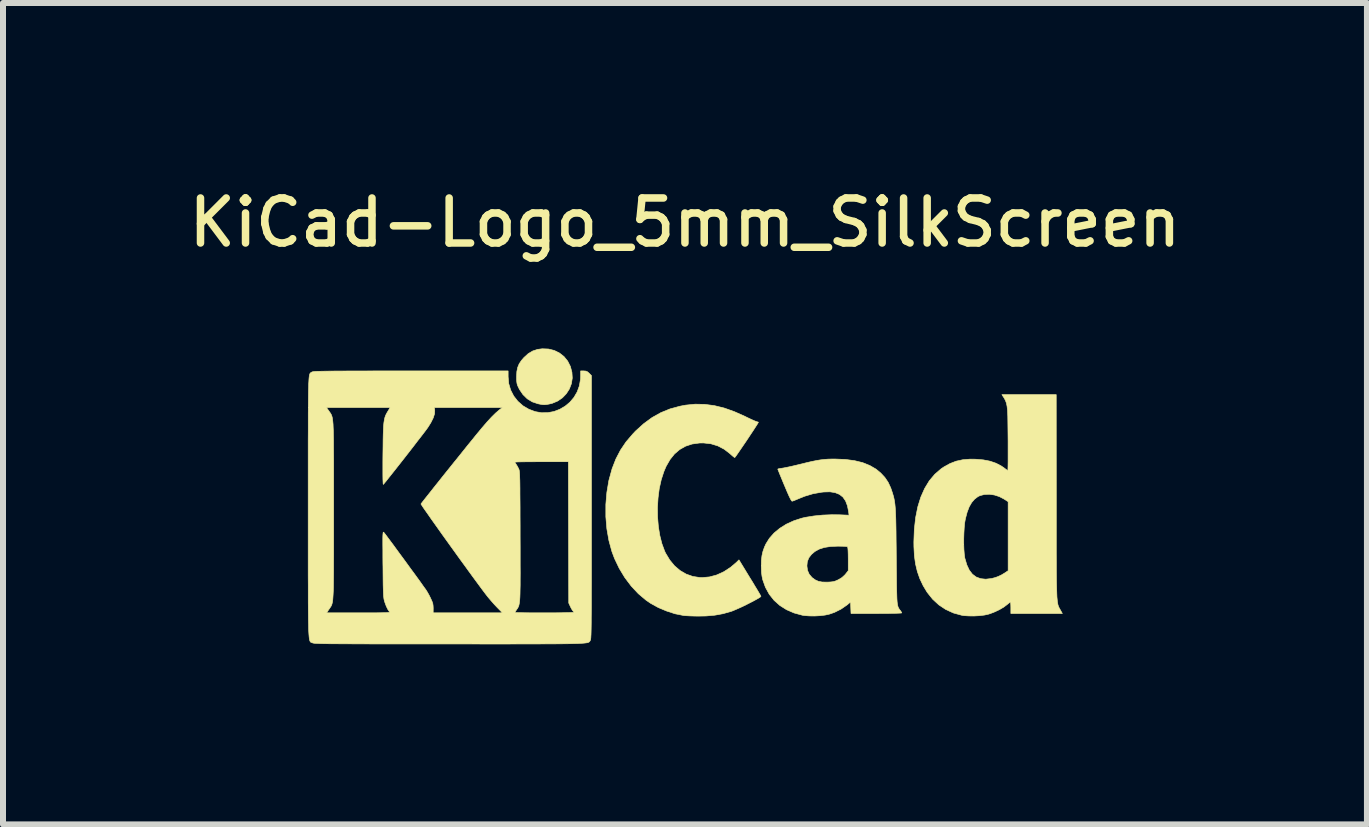
<source format=kicad_pcb>
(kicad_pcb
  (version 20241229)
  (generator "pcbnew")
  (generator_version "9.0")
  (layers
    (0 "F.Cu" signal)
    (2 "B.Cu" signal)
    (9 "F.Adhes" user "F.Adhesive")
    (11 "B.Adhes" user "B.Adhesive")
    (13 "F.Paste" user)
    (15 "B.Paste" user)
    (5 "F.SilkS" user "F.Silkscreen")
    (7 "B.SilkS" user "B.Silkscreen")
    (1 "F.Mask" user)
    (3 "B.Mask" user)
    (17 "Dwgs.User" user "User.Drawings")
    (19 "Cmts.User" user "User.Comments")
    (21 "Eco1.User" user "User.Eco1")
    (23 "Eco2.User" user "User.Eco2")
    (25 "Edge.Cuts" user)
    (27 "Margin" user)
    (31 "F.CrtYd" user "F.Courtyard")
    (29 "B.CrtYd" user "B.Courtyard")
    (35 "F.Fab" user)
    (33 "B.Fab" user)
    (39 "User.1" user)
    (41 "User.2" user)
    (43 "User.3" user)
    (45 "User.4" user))
  (footprint "KiCad-Logo_5mm_SilkScreen"
    (layer "F.Cu")
    (at 8.362 5.738)
    (property "Reference" "KiCad-Logo_5mm_SilkScreen" (at 0 -5.08 0) (layer "F.SilkS") (effects (font (size 0.75 0.75) (thickness 0.125))))
    (attr exclude_from_pos_files exclude_from_bom allow_missing_courtyard)
    (fp_poly (pts (xy -2.273 -2.973) (xy -2.177 -2.949) (xy -2.09 -2.906) (xy -2.015 -2.847) (xy -1.954 -2.772) (xy -1.909 -2.683) (xy -1.883 -2.586) (xy -1.877 -2.489) (xy -1.892 -2.395) (xy -1.926 -2.307) (xy -1.977 -2.228) (xy -2.042 -2.16) (xy -2.121 -2.106) (xy -2.212 -2.068) (xy -2.263 -2.056) (xy -2.308 -2.048) (xy -2.342 -2.045) (xy -2.375 -2.047) (xy -2.415 -2.054) (xy -2.449 -2.061) (xy -2.542 -2.092) (xy -2.626 -2.143) (xy -2.698 -2.213) (xy -2.756 -2.298) (xy -2.77 -2.326) (xy -2.787 -2.362) (xy -2.797 -2.392) (xy -2.802 -2.425) (xy -2.805 -2.466) (xy -2.805 -2.512) (xy -2.801 -2.596) (xy -2.787 -2.665) (xy -2.762 -2.726) (xy -2.723 -2.784) (xy -2.684 -2.829) (xy -2.612 -2.895) (xy -2.537 -2.94) (xy -2.455 -2.967) (xy -2.377 -2.977) (xy -2.273 -2.973)) (stroke (width 0.01) (type solid)) (fill yes) (layer "F.SilkS"))
    (fp_poly (pts (xy 0.328 -2.051) (xy 0.489 -2.03) (xy 0.653 -1.99) (xy 0.822 -1.93) (xy 1 -1.851) (xy 1.011 -1.845) (xy 1.069 -1.817) (xy 1.121 -1.793) (xy 1.162 -1.775) (xy 1.19 -1.764) (xy 1.2 -1.761) (xy 1.219 -1.756) (xy 1.224 -1.752) (xy 1.218 -1.741) (xy 1.202 -1.715) (xy 1.177 -1.676) (xy 1.145 -1.626) (xy 1.107 -1.569) (xy 1.066 -1.507) (xy 1.023 -1.442) (xy 0.98 -1.379) (xy 0.939 -1.319) (xy 0.902 -1.265) (xy 0.871 -1.22) (xy 0.847 -1.186) (xy 0.832 -1.167) (xy 0.83 -1.165) (xy 0.82 -1.17) (xy 0.798 -1.187) (xy 0.767 -1.214) (xy 0.752 -1.228) (xy 0.655 -1.303) (xy 0.548 -1.359) (xy 0.433 -1.394) (xy 0.31 -1.408) (xy 0.241 -1.407) (xy 0.119 -1.39) (xy 0.01 -1.354) (xy -0.087 -1.299) (xy -0.174 -1.225) (xy -0.249 -1.131) (xy -0.314 -1.018) (xy -0.351 -0.931) (xy -0.395 -0.796) (xy -0.428 -0.648) (xy -0.448 -0.493) (xy -0.458 -0.333) (xy -0.456 -0.173) (xy -0.443 -0.016) (xy -0.419 0.133) (xy -0.384 0.271) (xy -0.338 0.395) (xy -0.322 0.429) (xy -0.253 0.543) (xy -0.173 0.64) (xy -0.081 0.718) (xy 0.02 0.777) (xy 0.13 0.816) (xy 0.247 0.834) (xy 0.289 0.835) (xy 0.41 0.824) (xy 0.531 0.791) (xy 0.649 0.737) (xy 0.762 0.663) (xy 0.854 0.585) (xy 0.9 0.54) (xy 1.081 0.837) (xy 1.127 0.911) (xy 1.168 0.98) (xy 1.204 1.039) (xy 1.233 1.088) (xy 1.254 1.124) (xy 1.265 1.144) (xy 1.266 1.147) (xy 1.258 1.157) (xy 1.233 1.174) (xy 1.193 1.197) (xy 1.142 1.225) (xy 1.084 1.255) (xy 1.021 1.287) (xy 0.958 1.318) (xy 0.896 1.346) (xy 0.839 1.371) (xy 0.791 1.391) (xy 0.768 1.399) (xy 0.634 1.437) (xy 0.496 1.462) (xy 0.349 1.475) (xy 0.222 1.477) (xy 0.154 1.476) (xy 0.088 1.474) (xy 0.031 1.471) (xy -0.013 1.468) (xy -0.027 1.466) (xy -0.166 1.438) (xy -0.307 1.392) (xy -0.445 1.334) (xy -0.572 1.264) (xy -0.649 1.211) (xy -0.777 1.103) (xy -0.895 0.977) (xy -1.002 0.835) (xy -1.095 0.681) (xy -1.173 0.518) (xy -1.217 0.401) (xy -1.267 0.217) (xy -1.301 0.023) (xy -1.318 -0.179) (xy -1.318 -0.382) (xy -1.301 -0.584) (xy -1.268 -0.781) (xy -1.217 -0.967) (xy -1.214 -0.978) (xy -1.151 -1.14) (xy -1.074 -1.288) (xy -0.981 -1.426) (xy -0.868 -1.558) (xy -0.825 -1.604) (xy -0.688 -1.728) (xy -0.549 -1.83) (xy -0.403 -1.912) (xy -0.249 -1.975) (xy -0.084 -2.02) (xy 0.011 -2.038) (xy 0.17 -2.054) (xy 0.328 -2.051)) (stroke (width 0.01) (type solid)) (fill yes) (layer "F.SilkS"))
    (fp_poly (pts (xy 6.187 -0.528) (xy 6.187 -0.293) (xy 6.187 -0.08) (xy 6.187 0.112) (xy 6.187 0.285) (xy 6.187 0.441) (xy 6.188 0.579) (xy 6.188 0.701) (xy 6.189 0.808) (xy 6.19 0.901) (xy 6.192 0.982) (xy 6.194 1.051) (xy 6.196 1.11) (xy 6.198 1.159) (xy 6.202 1.2) (xy 6.205 1.234) (xy 6.21 1.262) (xy 6.214 1.285) (xy 6.22 1.304) (xy 6.226 1.321) (xy 6.233 1.335) (xy 6.24 1.349) (xy 6.249 1.364) (xy 6.254 1.373) (xy 6.288 1.434) (xy 5.43 1.434) (xy 5.43 1.338) (xy 5.429 1.294) (xy 5.427 1.261) (xy 5.424 1.243) (xy 5.423 1.242) (xy 5.412 1.249) (xy 5.389 1.267) (xy 5.366 1.286) (xy 5.312 1.327) (xy 5.242 1.368) (xy 5.165 1.405) (xy 5.088 1.435) (xy 5.057 1.445) (xy 4.989 1.46) (xy 4.906 1.47) (xy 4.816 1.475) (xy 4.728 1.474) (xy 4.649 1.469) (xy 4.612 1.463) (xy 4.473 1.425) (xy 4.346 1.367) (xy 4.23 1.29) (xy 4.127 1.195) (xy 4.036 1.081) (xy 3.969 0.97) (xy 3.914 0.854) (xy 3.872 0.734) (xy 3.842 0.608) (xy 3.823 0.472) (xy 3.815 0.32) (xy 3.814 0.243) (xy 3.816 0.186) (xy 4.645 0.186) (xy 4.645 0.279) (xy 4.648 0.367) (xy 4.654 0.444) (xy 4.662 0.505) (xy 4.665 0.517) (xy 4.697 0.625) (xy 4.738 0.712) (xy 4.79 0.779) (xy 4.853 0.826) (xy 4.926 0.853) (xy 5.011 0.862) (xy 5.107 0.851) (xy 5.17 0.835) (xy 5.219 0.817) (xy 5.274 0.791) (xy 5.314 0.767) (xy 5.385 0.721) (xy 5.385 -0.429) (xy 5.317 -0.473) (xy 5.239 -0.514) (xy 5.155 -0.541) (xy 5.07 -0.553) (xy 4.988 -0.549) (xy 4.915 -0.53) (xy 4.883 -0.515) (xy 4.826 -0.472) (xy 4.777 -0.415) (xy 4.735 -0.342) (xy 4.701 -0.252) (xy 4.672 -0.141) (xy 4.671 -0.135) (xy 4.66 -0.073) (xy 4.653 0.005) (xy 4.648 0.093) (xy 4.645 0.186) (xy 3.816 0.186) (xy 3.822 0.03) (xy 3.844 -0.166) (xy 3.88 -0.345) (xy 3.93 -0.506) (xy 3.994 -0.65) (xy 4.071 -0.777) (xy 4.163 -0.886) (xy 4.268 -0.977) (xy 4.314 -1.008) (xy 4.415 -1.064) (xy 4.518 -1.104) (xy 4.628 -1.128) (xy 4.749 -1.138) (xy 4.842 -1.137) (xy 4.971 -1.126) (xy 5.084 -1.104) (xy 5.183 -1.07) (xy 5.271 -1.024) (xy 5.32 -0.99) (xy 5.349 -0.968) (xy 5.371 -0.953) (xy 5.379 -0.948) (xy 5.381 -0.959) (xy 5.382 -0.99) (xy 5.383 -1.037) (xy 5.384 -1.1) (xy 5.384 -1.173) (xy 5.384 -1.256) (xy 5.384 -1.344) (xy 5.384 -1.436) (xy 5.383 -1.528) (xy 5.382 -1.618) (xy 5.381 -1.704) (xy 5.38 -1.781) (xy 5.379 -1.848) (xy 5.377 -1.902) (xy 5.375 -1.94) (xy 5.375 -1.947) (xy 5.367 -2.018) (xy 5.356 -2.073) (xy 5.338 -2.12) (xy 5.312 -2.166) (xy 5.305 -2.176) (xy 5.281 -2.213) (xy 6.186 -2.213) (xy 6.187 -0.528)) (stroke (width 0.01) (type solid)) (fill yes) (layer "F.SilkS"))
    (fp_poly (pts (xy 2.674 -1.133) (xy 2.825 -1.113) (xy 2.961 -1.08) (xy 3.08 -1.032) (xy 3.185 -0.971) (xy 3.262 -0.907) (xy 3.331 -0.833) (xy 3.385 -0.753) (xy 3.428 -0.661) (xy 3.443 -0.618) (xy 3.456 -0.579) (xy 3.467 -0.543) (xy 3.477 -0.508) (xy 3.485 -0.472) (xy 3.492 -0.433) (xy 3.498 -0.39) (xy 3.503 -0.34) (xy 3.507 -0.283) (xy 3.51 -0.215) (xy 3.513 -0.136) (xy 3.515 -0.043) (xy 3.517 0.066) (xy 3.518 0.192) (xy 3.52 0.337) (xy 3.521 0.48) (xy 3.522 0.636) (xy 3.524 0.771) (xy 3.525 0.887) (xy 3.526 0.986) (xy 3.528 1.068) (xy 3.53 1.136) (xy 3.532 1.192) (xy 3.535 1.236) (xy 3.539 1.271) (xy 3.544 1.299) (xy 3.55 1.321) (xy 3.557 1.338) (xy 3.565 1.352) (xy 3.574 1.366) (xy 3.585 1.38) (xy 3.59 1.385) (xy 3.605 1.408) (xy 3.612 1.423) (xy 3.612 1.424) (xy 3.602 1.426) (xy 3.571 1.428) (xy 3.522 1.43) (xy 3.458 1.431) (xy 3.382 1.433) (xy 3.295 1.433) (xy 3.2 1.434) (xy 3.19 1.434) (xy 2.767 1.434) (xy 2.763 1.338) (xy 2.76 1.242) (xy 2.698 1.293) (xy 2.601 1.36) (xy 2.491 1.415) (xy 2.404 1.445) (xy 2.335 1.46) (xy 2.252 1.47) (xy 2.162 1.475) (xy 2.074 1.474) (xy 1.995 1.468) (xy 1.959 1.463) (xy 1.819 1.425) (xy 1.692 1.37) (xy 1.58 1.299) (xy 1.484 1.213) (xy 1.404 1.112) (xy 1.341 0.997) (xy 1.296 0.871) (xy 1.284 0.814) (xy 1.276 0.752) (xy 1.273 0.677) (xy 1.272 0.643) (xy 1.272 0.64) (xy 2.032 0.64) (xy 2.042 0.715) (xy 2.07 0.779) (xy 2.118 0.835) (xy 2.123 0.839) (xy 2.172 0.874) (xy 2.223 0.897) (xy 2.284 0.909) (xy 2.359 0.911) (xy 2.377 0.911) (xy 2.431 0.908) (xy 2.471 0.903) (xy 2.506 0.893) (xy 2.545 0.876) (xy 2.556 0.871) (xy 2.616 0.835) (xy 2.663 0.792) (xy 2.676 0.777) (xy 2.721 0.72) (xy 2.721 0.525) (xy 2.72 0.446) (xy 2.718 0.388) (xy 2.715 0.349) (xy 2.711 0.327) (xy 2.707 0.32) (xy 2.691 0.317) (xy 2.657 0.314) (xy 2.61 0.313) (xy 2.555 0.312) (xy 2.546 0.312) (xy 2.425 0.317) (xy 2.323 0.333) (xy 2.236 0.361) (xy 2.164 0.401) (xy 2.109 0.448) (xy 2.064 0.506) (xy 2.039 0.569) (xy 2.032 0.64) (xy 1.272 0.64) (xy 1.274 0.55) (xy 1.283 0.471) (xy 1.299 0.4) (xy 1.324 0.329) (xy 1.348 0.276) (xy 1.407 0.181) (xy 1.485 0.093) (xy 1.58 0.014) (xy 1.69 -0.055) (xy 1.813 -0.111) (xy 1.945 -0.154) (xy 2.009 -0.169) (xy 2.146 -0.191) (xy 2.294 -0.206) (xy 2.446 -0.212) (xy 2.572 -0.211) (xy 2.734 -0.204) (xy 2.727 -0.263) (xy 2.707 -0.362) (xy 2.676 -0.443) (xy 2.632 -0.506) (xy 2.575 -0.551) (xy 2.503 -0.58) (xy 2.416 -0.594) (xy 2.313 -0.591) (xy 2.275 -0.587) (xy 2.134 -0.562) (xy 1.997 -0.521) (xy 1.902 -0.483) (xy 1.857 -0.464) (xy 1.819 -0.448) (xy 1.792 -0.439) (xy 1.785 -0.437) (xy 1.775 -0.446) (xy 1.758 -0.475) (xy 1.734 -0.524) (xy 1.703 -0.594) (xy 1.665 -0.684) (xy 1.658 -0.7) (xy 1.628 -0.772) (xy 1.601 -0.838) (xy 1.578 -0.893) (xy 1.561 -0.936) (xy 1.55 -0.963) (xy 1.547 -0.972) (xy 1.557 -0.977) (xy 1.583 -0.982) (xy 1.611 -0.986) (xy 1.642 -0.991) (xy 1.689 -1) (xy 1.751 -1.013) (xy 1.821 -1.029) (xy 1.896 -1.047) (xy 1.925 -1.054) (xy 2.03 -1.08) (xy 2.117 -1.1) (xy 2.192 -1.115) (xy 2.258 -1.126) (xy 2.319 -1.133) (xy 2.381 -1.138) (xy 2.446 -1.14) (xy 2.504 -1.14) (xy 2.674 -1.133)) (stroke (width 0.01) (type solid)) (fill yes) (layer "F.SilkS"))
    (fp_poly (pts (xy -2.946 -2.511) (xy -2.936 -2.397) (xy -2.904 -2.289) (xy -2.853 -2.19) (xy -2.784 -2.102) (xy -2.699 -2.027) (xy -2.602 -1.97) (xy -2.496 -1.93) (xy -2.389 -1.911) (xy -2.283 -1.913) (xy -2.181 -1.932) (xy -2.085 -1.969) (xy -1.996 -2.021) (xy -1.917 -2.087) (xy -1.849 -2.167) (xy -1.796 -2.258) (xy -1.759 -2.359) (xy -1.74 -2.47) (xy -1.738 -2.52) (xy -1.738 -2.608) (xy -1.687 -2.608) (xy -1.65 -2.605) (xy -1.623 -2.593) (xy -1.596 -2.569) (xy -1.558 -2.531) (xy -1.558 -0.339) (xy -1.558 -0.077) (xy -1.558 0.163) (xy -1.558 0.383) (xy -1.558 0.583) (xy -1.558 0.764) (xy -1.558 0.928) (xy -1.559 1.074) (xy -1.559 1.205) (xy -1.559 1.32) (xy -1.56 1.421) (xy -1.561 1.509) (xy -1.561 1.585) (xy -1.562 1.65) (xy -1.563 1.704) (xy -1.564 1.749) (xy -1.565 1.786) (xy -1.567 1.815) (xy -1.568 1.837) (xy -1.57 1.854) (xy -1.572 1.866) (xy -1.574 1.874) (xy -1.576 1.88) (xy -1.577 1.882) (xy -1.581 1.889) (xy -1.585 1.895) (xy -1.589 1.901) (xy -1.594 1.906) (xy -1.601 1.911) (xy -1.611 1.916) (xy -1.625 1.92) (xy -1.645 1.923) (xy -1.669 1.926) (xy -1.701 1.929) (xy -1.741 1.931) (xy -1.789 1.934) (xy -1.846 1.935) (xy -1.914 1.937) (xy -1.994 1.938) (xy -2.085 1.939) (xy -2.19 1.94) (xy -2.309 1.94) (xy -2.443 1.941) (xy -2.593 1.941) (xy -2.76 1.941) (xy -2.945 1.942) (xy -3.149 1.942) (xy -3.372 1.942) (xy -3.616 1.941) (xy -3.881 1.941) (xy -3.92 1.941) (xy -4.187 1.941) (xy -4.432 1.941) (xy -4.657 1.941) (xy -4.861 1.941) (xy -5.047 1.941) (xy -5.215 1.941) (xy -5.366 1.94) (xy -5.501 1.94) (xy -5.62 1.939) (xy -5.725 1.939) (xy -5.817 1.938) (xy -5.896 1.938) (xy -5.964 1.937) (xy -6.021 1.936) (xy -6.069 1.935) (xy -6.107 1.933) (xy -6.138 1.932) (xy -6.162 1.931) (xy -6.18 1.929) (xy -6.192 1.927) (xy -6.201 1.925) (xy -6.205 1.923) (xy -6.214 1.92) (xy -6.221 1.917) (xy -6.229 1.915) (xy -6.235 1.911) (xy -6.241 1.906) (xy -6.246 1.897) (xy -6.251 1.885) (xy -6.255 1.869) (xy -6.259 1.846) (xy -6.262 1.818) (xy -6.265 1.781) (xy -6.268 1.737) (xy -6.27 1.683) (xy -6.271 1.618) (xy -6.273 1.543) (xy -6.274 1.455) (xy -6.275 1.354) (xy -6.276 1.239) (xy -6.276 1.11) (xy -6.276 0.964) (xy -6.277 0.802) (xy -6.277 0.621) (xy -6.277 0.422) (xy -6.277 0.204) (xy -6.277 -0.035) (xy -6.277 -0.296) (xy -6.277 -0.338) (xy -6.277 -0.601) (xy -6.277 -0.842) (xy -6.277 -1.063) (xy -6.277 -1.264) (xy -6.277 -1.446) (xy -6.276 -1.61) (xy -6.276 -1.757) (xy -6.276 -1.888) (xy -6.275 -1.998) (xy -5.972 -1.998) (xy -5.932 -1.94) (xy -5.921 -1.925) (xy -5.911 -1.911) (xy -5.902 -1.897) (xy -5.894 -1.883) (xy -5.887 -1.868) (xy -5.881 -1.849) (xy -5.875 -1.826) (xy -5.871 -1.798) (xy -5.867 -1.764) (xy -5.863 -1.722) (xy -5.861 -1.67) (xy -5.858 -1.609) (xy -5.857 -1.537) (xy -5.855 -1.452) (xy -5.855 -1.354) (xy -5.854 -1.24) (xy -5.853 -1.111) (xy -5.853 -0.965) (xy -5.853 -0.8) (xy -5.853 -0.616) (xy -5.853 -0.41) (xy -5.853 -0.288) (xy -5.853 -0.071) (xy -5.853 0.125) (xy -5.853 0.3) (xy -5.853 0.456) (xy -5.854 0.595) (xy -5.854 0.717) (xy -5.855 0.823) (xy -5.856 0.915) (xy -5.857 0.994) (xy -5.859 1.062) (xy -5.862 1.118) (xy -5.865 1.165) (xy -5.868 1.204) (xy -5.872 1.235) (xy -5.877 1.261) (xy -5.883 1.282) (xy -5.89 1.299) (xy -5.897 1.314) (xy -5.906 1.327) (xy -5.915 1.341) (xy -5.925 1.356) (xy -5.932 1.365) (xy -5.97 1.422) (xy -5.439 1.422) (xy -5.315 1.422) (xy -5.213 1.422) (xy -5.129 1.422) (xy -5.063 1.421) (xy -5.012 1.42) (xy -4.974 1.419) (xy -4.948 1.417) (xy -4.932 1.415) (xy -4.923 1.412) (xy -4.921 1.408) (xy -4.923 1.404) (xy -4.925 1.403) (xy -4.95 1.366) (xy -4.976 1.313) (xy -4.999 1.251) (xy -5.007 1.224) (xy -5.012 1.206) (xy -5.016 1.185) (xy -5.019 1.159) (xy -5.022 1.126) (xy -5.024 1.083) (xy -5.026 1.028) (xy -5.028 0.96) (xy -5.029 0.877) (xy -5.03 0.775) (xy -5.031 0.654) (xy -5.032 0.61) (xy -5.033 0.484) (xy -5.033 0.38) (xy -5.034 0.295) (xy -5.034 0.227) (xy -5.034 0.174) (xy -5.033 0.135) (xy -5.031 0.107) (xy -5.029 0.09) (xy -5.027 0.081) (xy -5.023 0.078) (xy -5.019 0.08) (xy -5.015 0.085) (xy -5.004 0.098) (xy -4.982 0.127) (xy -4.95 0.17) (xy -4.909 0.225) (xy -4.861 0.289) (xy -4.808 0.362) (xy -4.751 0.44) (xy -4.691 0.521) (xy -4.631 0.603) (xy -4.572 0.685) (xy -4.514 0.763) (xy -4.461 0.836) (xy -4.413 0.902) (xy -4.373 0.959) (xy -4.341 1.004) (xy -4.318 1.035) (xy -4.314 1.041) (xy -4.291 1.078) (xy -4.264 1.126) (xy -4.239 1.176) (xy -4.236 1.183) (xy -4.214 1.231) (xy -4.201 1.268) (xy -4.196 1.304) (xy -4.194 1.346) (xy -4.195 1.422) (xy -3.041 1.422) (xy -3.132 1.329) (xy -3.179 1.279) (xy -3.229 1.222) (xy -3.275 1.168) (xy -3.295 1.143) (xy -3.326 1.103) (xy -3.366 1.05) (xy -3.414 0.985) (xy -3.47 0.909) (xy -3.532 0.825) (xy -3.599 0.733) (xy -3.669 0.636) (xy -3.743 0.535) (xy -3.817 0.432) (xy -3.892 0.328) (xy -3.966 0.225) (xy -4.038 0.125) (xy -4.106 0.029) (xy -4.17 -0.061) (xy -4.229 -0.144) (xy -4.28 -0.218) (xy -4.324 -0.28) (xy -4.359 -0.33) (xy -4.383 -0.367) (xy -4.396 -0.387) (xy -4.398 -0.391) (xy -4.39 -0.403) (xy -4.369 -0.43) (xy -4.337 -0.471) (xy -4.294 -0.525) (xy -4.243 -0.589) (xy -4.185 -0.663) (xy -4.12 -0.744) (xy -4.051 -0.831) (xy -3.979 -0.921) (xy -3.904 -1.014) (xy -3.845 -1.088) (xy -2.834 -1.088) (xy -2.828 -1.075) (xy -2.813 -1.053) (xy -2.812 -1.052) (xy -2.793 -1.021) (xy -2.774 -0.985) (xy -2.77 -0.976) (xy -2.766 -0.968) (xy -2.763 -0.958) (xy -2.76 -0.945) (xy -2.758 -0.927) (xy -2.756 -0.904) (xy -2.754 -0.873) (xy -2.753 -0.833) (xy -2.751 -0.784) (xy -2.75 -0.723) (xy -2.749 -0.649) (xy -2.749 -0.561) (xy -2.748 -0.457) (xy -2.747 -0.337) (xy -2.747 -0.198) (xy -2.746 -0.039) (xy -2.746 0.14) (xy -2.745 0.325) (xy -2.745 0.489) (xy -2.745 0.633) (xy -2.744 0.759) (xy -2.745 0.868) (xy -2.745 0.961) (xy -2.747 1.04) (xy -2.748 1.106) (xy -2.75 1.161) (xy -2.753 1.206) (xy -2.757 1.242) (xy -2.761 1.271) (xy -2.766 1.295) (xy -2.772 1.313) (xy -2.779 1.329) (xy -2.787 1.344) (xy -2.797 1.358) (xy -2.805 1.37) (xy -2.822 1.396) (xy -2.832 1.414) (xy -2.834 1.417) (xy -2.823 1.418) (xy -2.791 1.419) (xy -2.742 1.42) (xy -2.677 1.421) (xy -2.599 1.422) (xy -2.51 1.422) (xy -2.411 1.422) (xy -2.342 1.422) (xy -2.237 1.422) (xy -2.141 1.422) (xy -2.054 1.421) (xy -1.98 1.419) (xy -1.921 1.418) (xy -1.879 1.416) (xy -1.855 1.414) (xy -1.851 1.412) (xy -1.859 1.398) (xy -1.867 1.39) (xy -1.88 1.372) (xy -1.897 1.342) (xy -1.909 1.318) (xy -1.936 1.259) (xy -1.939 0.082) (xy -1.942 -1.095) (xy -2.388 -1.095) (xy -2.486 -1.095) (xy -2.576 -1.094) (xy -2.657 -1.094) (xy -2.725 -1.093) (xy -2.779 -1.092) (xy -2.815 -1.09) (xy -2.833 -1.089) (xy -2.834 -1.088) (xy -3.845 -1.088) (xy -3.829 -1.107) (xy -3.755 -1.199) (xy -3.683 -1.289) (xy -3.615 -1.374) (xy -3.551 -1.452) (xy -3.494 -1.523) (xy -3.444 -1.584) (xy -3.403 -1.633) (xy -3.386 -1.654) (xy -3.3 -1.754) (xy -3.223 -1.838) (xy -3.154 -1.906) (xy -3.091 -1.96) (xy -3.082 -1.967) (xy -3.042 -1.998) (xy -4.174 -1.998) (xy -4.169 -1.95) (xy -4.172 -1.893) (xy -4.194 -1.825) (xy -4.234 -1.745) (xy -4.279 -1.673) (xy -4.295 -1.65) (xy -4.323 -1.612) (xy -4.361 -1.562) (xy -4.408 -1.501) (xy -4.462 -1.432) (xy -4.52 -1.356) (xy -4.582 -1.276) (xy -4.646 -1.194) (xy -4.71 -1.112) (xy -4.773 -1.032) (xy -4.832 -0.957) (xy -4.887 -0.888) (xy -4.935 -0.828) (xy -4.974 -0.778) (xy -5.004 -0.742) (xy -5.022 -0.72) (xy -5.025 -0.717) (xy -5.028 -0.725) (xy -5.03 -0.755) (xy -5.032 -0.807) (xy -5.033 -0.881) (xy -5.033 -0.977) (xy -5.033 -1.094) (xy -5.032 -1.214) (xy -5.03 -1.346) (xy -5.029 -1.457) (xy -5.027 -1.551) (xy -5.024 -1.629) (xy -5.021 -1.692) (xy -5.016 -1.745) (xy -5.009 -1.788) (xy -5.002 -1.823) (xy -4.992 -1.854) (xy -4.98 -1.882) (xy -4.965 -1.91) (xy -4.95 -1.935) (xy -4.912 -1.998) (xy -5.972 -1.998) (xy -6.275 -1.998) (xy -6.275 -2.004) (xy -6.274 -2.106) (xy -6.273 -2.195) (xy -6.272 -2.272) (xy -6.27 -2.337) (xy -6.269 -2.393) (xy -6.266 -2.438) (xy -6.264 -2.475) (xy -6.261 -2.505) (xy -6.258 -2.528) (xy -6.254 -2.546) (xy -6.25 -2.559) (xy -6.245 -2.568) (xy -6.24 -2.574) (xy -6.234 -2.579) (xy -6.228 -2.582) (xy -6.222 -2.586) (xy -6.216 -2.589) (xy -6.21 -2.592) (xy -6.202 -2.594) (xy -6.19 -2.596) (xy -6.173 -2.598) (xy -6.149 -2.6) (xy -6.118 -2.601) (xy -6.079 -2.602) (xy -6.03 -2.603) (xy -5.971 -2.604) (xy -5.899 -2.605) (xy -5.815 -2.606) (xy -5.718 -2.606) (xy -5.605 -2.607) (xy -5.476 -2.607) (xy -5.33 -2.607) (xy -5.166 -2.608) (xy -4.982 -2.608) (xy -4.778 -2.608) (xy -4.567 -2.608) (xy -2.946 -2.608) (xy -2.946 -2.511)) (stroke (width 0.01) (type solid)) (fill yes) (layer "F.SilkS")))
  (gr_rect
    (start -3 -3)
    (end 19.725 10.685)
    (stroke (width 0.1) (type default))
    (fill no)
    (layer "Edge.Cuts")))
</source>
